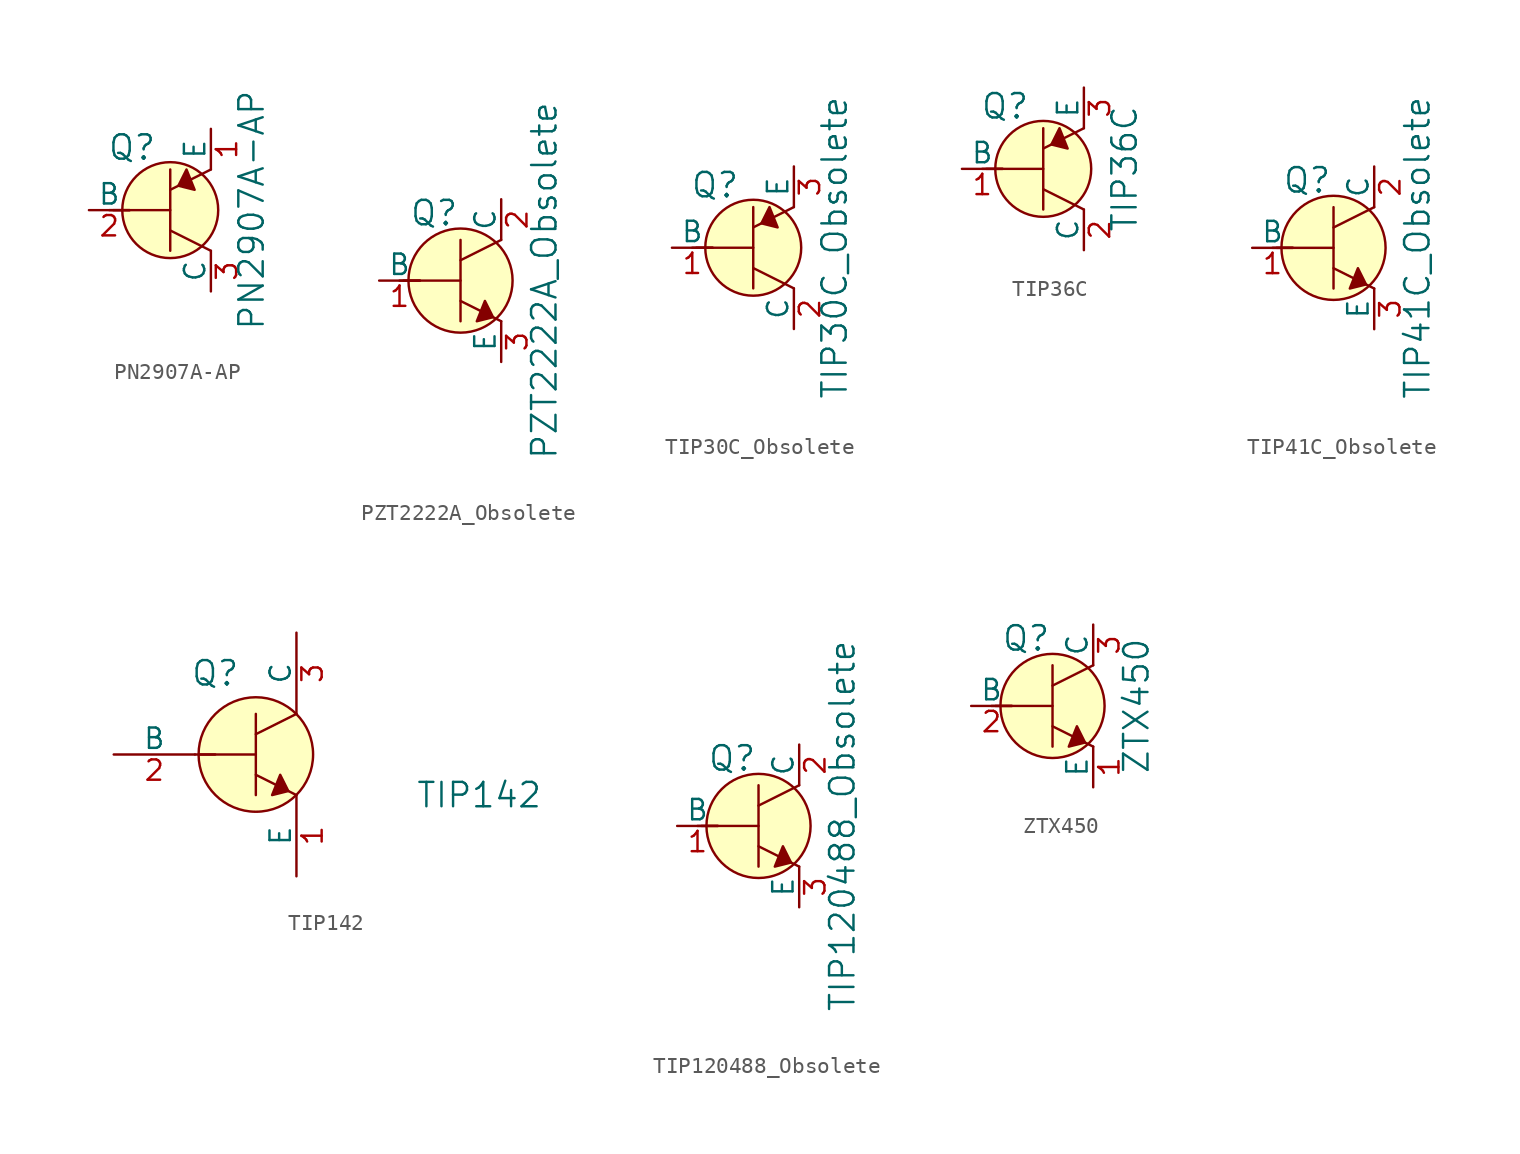
<source format=kicad_sym>
(kicad_symbol_lib
  (version 20211014)
  (generator kicad_symbol_editor)
  (symbol "PN2907A-AP"
    (pin_names
      (offset 0))
    (property "Reference" "Q"
      (at -2.388 3.912 0)
      (effects (font (size 1.524 1.524))))
    (property "Value" "PN2907A-AP"
      (at 5.08 0 90)
      (effects (font (size 1.524 1.524))))
    (symbol "PN2907A-AP_0_1"
      (polyline (pts (xy -3.81 0) (xy -2.54 0)) (stroke (width 0) (type default) (color 0 0 0 0)) (fill (type none)))
      (polyline (pts (xy -3.556 0) (xy 0 0)) (stroke (width 0) (type default) (color 0 0 0 0)) (fill (type none)))
      (polyline (pts (xy 0 -1.27) (xy 2.54 -2.54)) (stroke (width 0) (type default) (color 0 0 0 0)) (fill (type none)))
      (polyline (pts (xy 0 1.27) (xy 2.54 2.54)) (stroke (width 0) (type default) (color 0 0 0 0)) (fill (type none)))
      (polyline (pts (xy 0 2.54) (xy 0 -2.54)) (stroke (width 0) (type default) (color 0 0 0 0)) (fill (type none)))
      (polyline (pts (xy 1.016 2.54) (xy 0.508 1.524) (xy 1.524 1.27) (xy 1.016 2.54)) (stroke (width 0) (type default) (color 0 0 0 0)) (fill (type outline)))
      (circle (center 0 0) (radius 2.997) (stroke (width 0) (type default) (color 0 0 0 0)) (fill (type background))))
    (symbol "PN2907A-AP_1_1"
      (pin passive line (at 2.54 5.08 270) (length 2.54) (name "E" (effects (font (size 1.27 1.27)))) (number "1" (effects (font (size 1.27 1.27)))))
      (pin input line (at -5.08 0 0) (length 2.54) (name "B" (effects (font (size 1.27 1.27)))) (number "2" (effects (font (size 1.27 1.27)))))
      (pin passive line (at 2.54 -5.08 90) (length 2.54) (name "C" (effects (font (size 1.27 1.27)))) (number "3" (effects (font (size 1.27 1.27)))))))
  (symbol "PZT2222A_Obsolete"
    (pin_names
      (offset 0))
    (property "Reference" "Q"
      (at -3.2 4.216 0)
      (effects (font (size 1.524 1.524)) (justify left)))
    (property "Value" "PZT2222A_Obsolete"
      (at 5.232 0 90)
      (effects (font (size 1.524 1.524))))
    (symbol "PZT2222A_Obsolete_0_1"
      (polyline (pts (xy -3.81 0) (xy -2.54 0)) (stroke (width 0) (type default) (color 0 0 0 0)) (fill (type none)))
      (polyline (pts (xy -3.556 0) (xy 0 0)) (stroke (width 0) (type default) (color 0 0 0 0)) (fill (type none)))
      (polyline (pts (xy 0 -1.27) (xy 2.54 -2.54)) (stroke (width 0) (type default) (color 0 0 0 0)) (fill (type none)))
      (polyline (pts (xy 0 1.27) (xy 2.54 2.54)) (stroke (width 0) (type default) (color 0 0 0 0)) (fill (type none)))
      (polyline (pts (xy 0 2.54) (xy 0 -2.54)) (stroke (width 0) (type default) (color 0 0 0 0)) (fill (type none)))
      (polyline (pts (xy 1.524 -1.27) (xy 2.032 -2.286) (xy 1.016 -2.54) (xy 1.524 -1.27)) (stroke (width 0) (type default) (color 0 0 0 0)) (fill (type outline)))
      (circle (center 0 0) (radius 3.251) (stroke (width 0) (type default) (color 0 0 0 0)) (fill (type background))))
    (symbol "PZT2222A_Obsolete_1_1"
      (pin input line (at -5.08 0 0) (length 2.54) (name "B" (effects (font (size 1.27 1.27)))) (number "1" (effects (font (size 1.27 1.27)))))
      (pin passive line (at 2.54 5.08 270) (length 2.54) (name "C" (effects (font (size 1.27 1.27)))) (number "2" (effects (font (size 1.27 1.27)))))
      (pin passive line (at 2.54 -5.08 90) (length 2.54) (name "E" (effects (font (size 1.27 1.27)))) (number "3" (effects (font (size 1.27 1.27)))))))
  (symbol "TIP30C_Obsolete"
    (pin_names
      (offset 0))
    (property "Reference" "Q"
      (at -2.388 3.912 0)
      (effects (font (size 1.524 1.524))))
    (property "Value" "TIP30C_Obsolete"
      (at 5.08 0 90)
      (effects (font (size 1.524 1.524))))
    (symbol "TIP30C_Obsolete_0_1"
      (polyline (pts (xy -3.81 0) (xy -2.54 0)) (stroke (width 0) (type default) (color 0 0 0 0)) (fill (type none)))
      (polyline (pts (xy -3.556 0) (xy 0 0)) (stroke (width 0) (type default) (color 0 0 0 0)) (fill (type none)))
      (polyline (pts (xy 0 -1.27) (xy 2.54 -2.54)) (stroke (width 0) (type default) (color 0 0 0 0)) (fill (type none)))
      (polyline (pts (xy 0 1.27) (xy 2.54 2.54)) (stroke (width 0) (type default) (color 0 0 0 0)) (fill (type none)))
      (polyline (pts (xy 0 2.54) (xy 0 -2.54)) (stroke (width 0) (type default) (color 0 0 0 0)) (fill (type none)))
      (polyline (pts (xy 1.016 2.54) (xy 0.508 1.524) (xy 1.524 1.27) (xy 1.016 2.54)) (stroke (width 0) (type default) (color 0 0 0 0)) (fill (type outline)))
      (circle (center 0 0) (radius 2.997) (stroke (width 0) (type default) (color 0 0 0 0)) (fill (type background))))
    (symbol "TIP30C_Obsolete_1_1"
      (pin input line (at -5.08 0 0) (length 2.54) (name "B" (effects (font (size 1.27 1.27)))) (number "1" (effects (font (size 1.27 1.27)))))
      (pin passive line (at 2.54 -5.08 90) (length 2.54) (name "C" (effects (font (size 1.27 1.27)))) (number "2" (effects (font (size 1.27 1.27)))))
      (pin passive line (at 2.54 5.08 270) (length 2.54) (name "E" (effects (font (size 1.27 1.27)))) (number "3" (effects (font (size 1.27 1.27)))))))
  (symbol "TIP36C"
    (pin_names
      (offset 0))
    (property "Reference" "Q"
      (at -2.388 3.912 0)
      (effects (font (size 1.524 1.524))))
    (property "Value" "TIP36C"
      (at 5.08 0 90)
      (effects (font (size 1.524 1.524))))
    (symbol "TIP36C_0_1"
      (polyline (pts (xy -3.81 0) (xy -2.54 0)) (stroke (width 0) (type default) (color 0 0 0 0)) (fill (type none)))
      (polyline (pts (xy -3.556 0) (xy 0 0)) (stroke (width 0) (type default) (color 0 0 0 0)) (fill (type none)))
      (polyline (pts (xy 0 -1.27) (xy 2.54 -2.54)) (stroke (width 0) (type default) (color 0 0 0 0)) (fill (type none)))
      (polyline (pts (xy 0 1.27) (xy 2.54 2.54)) (stroke (width 0) (type default) (color 0 0 0 0)) (fill (type none)))
      (polyline (pts (xy 0 2.54) (xy 0 -2.54)) (stroke (width 0) (type default) (color 0 0 0 0)) (fill (type none)))
      (polyline (pts (xy 1.016 2.54) (xy 0.508 1.524) (xy 1.524 1.27) (xy 1.016 2.54)) (stroke (width 0) (type default) (color 0 0 0 0)) (fill (type outline)))
      (circle (center 0 0) (radius 2.997) (stroke (width 0) (type default) (color 0 0 0 0)) (fill (type background))))
    (symbol "TIP36C_1_1"
      (pin input line (at -5.08 0 0) (length 2.54) (name "B" (effects (font (size 1.27 1.27)))) (number "1" (effects (font (size 1.27 1.27)))))
      (pin passive line (at 2.54 -5.08 90) (length 2.54) (name "C" (effects (font (size 1.27 1.27)))) (number "2" (effects (font (size 1.27 1.27)))))
      (pin passive line (at 2.54 5.08 270) (length 2.54) (name "E" (effects (font (size 1.27 1.27)))) (number "3" (effects (font (size 1.27 1.27)))))))
  (symbol "TIP41C_Obsolete"
    (pin_names
      (offset 0))
    (property "Reference" "Q"
      (at -3.2 4.216 0)
      (effects (font (size 1.524 1.524)) (justify left)))
    (property "Value" "TIP41C_Obsolete"
      (at 5.232 0 90)
      (effects (font (size 1.524 1.524))))
    (symbol "TIP41C_Obsolete_0_1"
      (polyline (pts (xy -3.81 0) (xy -2.54 0)) (stroke (width 0) (type default) (color 0 0 0 0)) (fill (type none)))
      (polyline (pts (xy -3.556 0) (xy 0 0)) (stroke (width 0) (type default) (color 0 0 0 0)) (fill (type none)))
      (polyline (pts (xy 0 -1.27) (xy 2.54 -2.54)) (stroke (width 0) (type default) (color 0 0 0 0)) (fill (type none)))
      (polyline (pts (xy 0 1.27) (xy 2.54 2.54)) (stroke (width 0) (type default) (color 0 0 0 0)) (fill (type none)))
      (polyline (pts (xy 0 2.54) (xy 0 -2.54)) (stroke (width 0) (type default) (color 0 0 0 0)) (fill (type none)))
      (polyline (pts (xy 1.524 -1.27) (xy 2.032 -2.286) (xy 1.016 -2.54) (xy 1.524 -1.27)) (stroke (width 0) (type default) (color 0 0 0 0)) (fill (type outline)))
      (circle (center 0 0) (radius 3.251) (stroke (width 0) (type default) (color 0 0 0 0)) (fill (type background))))
    (symbol "TIP41C_Obsolete_1_1"
      (pin input line (at -5.08 0 0) (length 2.54) (name "B" (effects (font (size 1.27 1.27)))) (number "1" (effects (font (size 1.27 1.27)))))
      (pin passive line (at 2.54 5.08 270) (length 2.54) (name "C" (effects (font (size 1.27 1.27)))) (number "2" (effects (font (size 1.27 1.27)))))
      (pin passive line (at 2.54 -5.08 90) (length 2.54) (name "E" (effects (font (size 1.27 1.27)))) (number "3" (effects (font (size 1.27 1.27)))))))
  (symbol "TIP142"
    (pin_names
      (offset 0))
    (property "Reference" "Q"
      (at -2.54 5.08 0)
      (effects (font (size 1.524 1.524))))
    (property "Value" "TIP142"
      (at 13.97 -2.54 0)
      (effects (font (size 1.524 1.524))))
    (symbol "TIP142_0_1"
      (polyline (pts (xy -3.81 0) (xy -2.54 0)) (stroke (width 0) (type default) (color 0 0 0 0)) (fill (type none)))
      (polyline (pts (xy -3.556 0) (xy 0 0)) (stroke (width 0) (type default) (color 0 0 0 0)) (fill (type none)))
      (polyline (pts (xy 0 -1.27) (xy 2.54 -2.54)) (stroke (width 0) (type default) (color 0 0 0 0)) (fill (type none)))
      (polyline (pts (xy 0 1.27) (xy 2.54 2.54)) (stroke (width 0) (type default) (color 0 0 0 0)) (fill (type none)))
      (polyline (pts (xy 0 2.54) (xy 0 -2.54)) (stroke (width 0) (type default) (color 0 0 0 0)) (fill (type none)))
      (polyline (pts (xy 1.524 -1.27) (xy 2.032 -2.286) (xy 1.016 -2.54) (xy 1.524 -1.27)) (stroke (width 0) (type default) (color 0 0 0 0)) (fill (type outline)))
      (circle (center 0 0) (radius 3.581) (stroke (width 0) (type default) (color 0 0 0 0)) (fill (type background))))
    (symbol "TIP142_1_1"
      (pin input line (at 2.54 -7.62 90) (length 5.08) (name "E" (effects (font (size 1.27 1.27)))) (number "1" (effects (font (size 1.27 1.27)))))
      (pin input line (at -8.89 0 0) (length 5.08) (name "B" (effects (font (size 1.27 1.27)))) (number "2" (effects (font (size 1.27 1.27)))))
      (pin input line (at 2.54 7.62 270) (length 5.08) (name "C" (effects (font (size 1.27 1.27)))) (number "3" (effects (font (size 1.27 1.27)))))))
  (symbol "TIP120488_Obsolete"
    (pin_names
      (offset 0))
    (property "Reference" "Q"
      (at -3.2 4.216 0)
      (effects (font (size 1.524 1.524)) (justify left)))
    (property "Value" "TIP120488_Obsolete"
      (at 5.232 0 90)
      (effects (font (size 1.524 1.524))))
    (symbol "TIP120488_Obsolete_0_1"
      (polyline (pts (xy -3.81 0) (xy -2.54 0)) (stroke (width 0) (type default) (color 0 0 0 0)) (fill (type none)))
      (polyline (pts (xy -3.556 0) (xy 0 0)) (stroke (width 0) (type default) (color 0 0 0 0)) (fill (type none)))
      (polyline (pts (xy 0 -1.27) (xy 2.54 -2.54)) (stroke (width 0) (type default) (color 0 0 0 0)) (fill (type none)))
      (polyline (pts (xy 0 1.27) (xy 2.54 2.54)) (stroke (width 0) (type default) (color 0 0 0 0)) (fill (type none)))
      (polyline (pts (xy 0 2.54) (xy 0 -2.54)) (stroke (width 0) (type default) (color 0 0 0 0)) (fill (type none)))
      (polyline (pts (xy 1.524 -1.27) (xy 2.032 -2.286) (xy 1.016 -2.54) (xy 1.524 -1.27)) (stroke (width 0) (type default) (color 0 0 0 0)) (fill (type outline)))
      (circle (center 0 0) (radius 3.251) (stroke (width 0) (type default) (color 0 0 0 0)) (fill (type background))))
    (symbol "TIP120488_Obsolete_1_1"
      (pin input line (at -5.08 0 0) (length 2.54) (name "B" (effects (font (size 1.27 1.27)))) (number "1" (effects (font (size 1.27 1.27)))))
      (pin passive line (at 2.54 5.08 270) (length 2.54) (name "C" (effects (font (size 1.27 1.27)))) (number "2" (effects (font (size 1.27 1.27)))))
      (pin passive line (at 2.54 -5.08 90) (length 2.54) (name "E" (effects (font (size 1.27 1.27)))) (number "3" (effects (font (size 1.27 1.27)))))))
  (symbol "ZTX450"
    (pin_names
      (offset 0))
    (property "Reference" "Q"
      (at -3.2 4.216 0)
      (effects (font (size 1.524 1.524)) (justify left)))
    (property "Value" "ZTX450"
      (at 5.232 0 90)
      (effects (font (size 1.524 1.524))))
    (symbol "ZTX450_0_1"
      (polyline (pts (xy -3.81 0) (xy -2.54 0)) (stroke (width 0) (type default) (color 0 0 0 0)) (fill (type none)))
      (polyline (pts (xy -3.556 0) (xy 0 0)) (stroke (width 0) (type default) (color 0 0 0 0)) (fill (type none)))
      (polyline (pts (xy 0 -1.27) (xy 2.54 -2.54)) (stroke (width 0) (type default) (color 0 0 0 0)) (fill (type none)))
      (polyline (pts (xy 0 1.27) (xy 2.54 2.54)) (stroke (width 0) (type default) (color 0 0 0 0)) (fill (type none)))
      (polyline (pts (xy 0 2.54) (xy 0 -2.54)) (stroke (width 0) (type default) (color 0 0 0 0)) (fill (type none)))
      (polyline (pts (xy 1.524 -1.27) (xy 2.032 -2.286) (xy 1.016 -2.54) (xy 1.524 -1.27)) (stroke (width 0) (type default) (color 0 0 0 0)) (fill (type outline)))
      (circle (center 0 0) (radius 3.251) (stroke (width 0) (type default) (color 0 0 0 0)) (fill (type background))))
    (symbol "ZTX450_1_1"
      (pin passive line (at 2.54 -5.08 90) (length 2.54) (name "E" (effects (font (size 1.27 1.27)))) (number "1" (effects (font (size 1.27 1.27)))))
      (pin input line (at -5.08 0 0) (length 2.54) (name "B" (effects (font (size 1.27 1.27)))) (number "2" (effects (font (size 1.27 1.27)))))
      (pin passive line (at 2.54 5.08 270) (length 2.54) (name "C" (effects (font (size 1.27 1.27)))) (number "3" (effects (font (size 1.27 1.27))))))))
</source>
